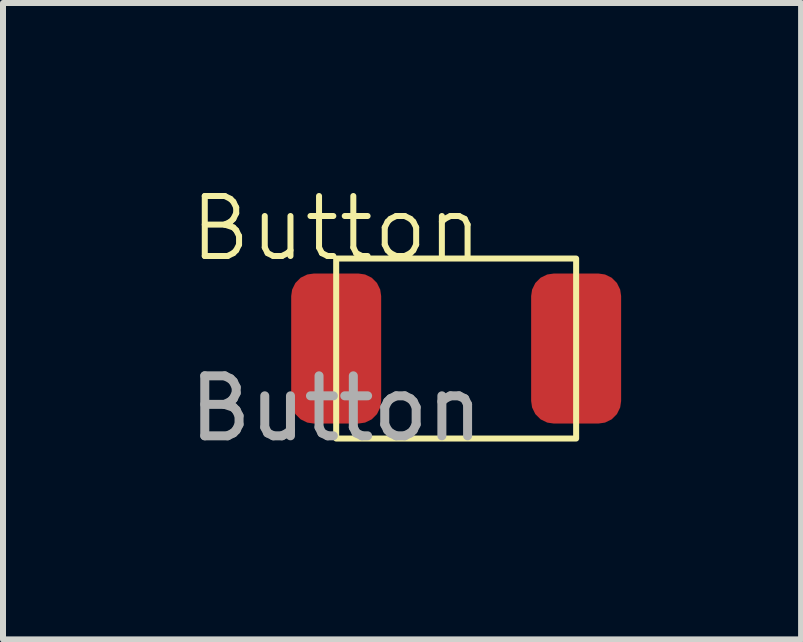
<source format=kicad_pcb>
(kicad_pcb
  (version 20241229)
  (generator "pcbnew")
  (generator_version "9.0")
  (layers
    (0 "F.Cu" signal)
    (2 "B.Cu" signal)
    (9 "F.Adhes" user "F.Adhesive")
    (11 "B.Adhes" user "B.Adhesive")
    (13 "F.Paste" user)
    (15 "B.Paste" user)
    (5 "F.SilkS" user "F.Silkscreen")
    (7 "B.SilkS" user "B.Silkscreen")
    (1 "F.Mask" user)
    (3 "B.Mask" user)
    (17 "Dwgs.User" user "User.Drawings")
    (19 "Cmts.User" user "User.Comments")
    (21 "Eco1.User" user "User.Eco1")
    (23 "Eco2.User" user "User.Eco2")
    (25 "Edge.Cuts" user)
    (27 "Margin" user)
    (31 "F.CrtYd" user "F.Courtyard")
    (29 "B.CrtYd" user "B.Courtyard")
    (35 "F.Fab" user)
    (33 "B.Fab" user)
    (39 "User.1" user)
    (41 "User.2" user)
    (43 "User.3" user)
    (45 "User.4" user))
  (footprint "Button"
    (layer "F.Cu")
    (at 2.554 1.26)
    (property "Reference" "Button" (at 0 -0.5 0) (unlocked yes) (layer "F.SilkS") (effects (font (size 1 1) (thickness 0.1))))
    (attr smd)
    (fp_rect (start 0 0) (end 4 3) (stroke (width 0.1) (type default)) (fill no) (layer "F.SilkS"))
    (fp_text user "${REFERENCE}" (at 0 2.5 0) (unlocked yes) (layer "F.Fab") (effects (font (size 1 1) (thickness 0.15))))
    (pad "1" smd roundrect (at 4 1.5) (size 1.5 2.5) (layers "F.Cu" "F.Mask" "F.Paste") (roundrect_rratio 0.25))
    (pad "2" smd roundrect (at 0 1.5) (size 1.5 2.5) (layers "F.Cu" "F.Mask" "F.Paste") (roundrect_rratio 0.25)))
  (gr_rect
    (start -3 -3)
    (end 10.304 7.609)
    (stroke (width 0.1) (type default))
    (fill no)
    (layer "Edge.Cuts")))
</source>
